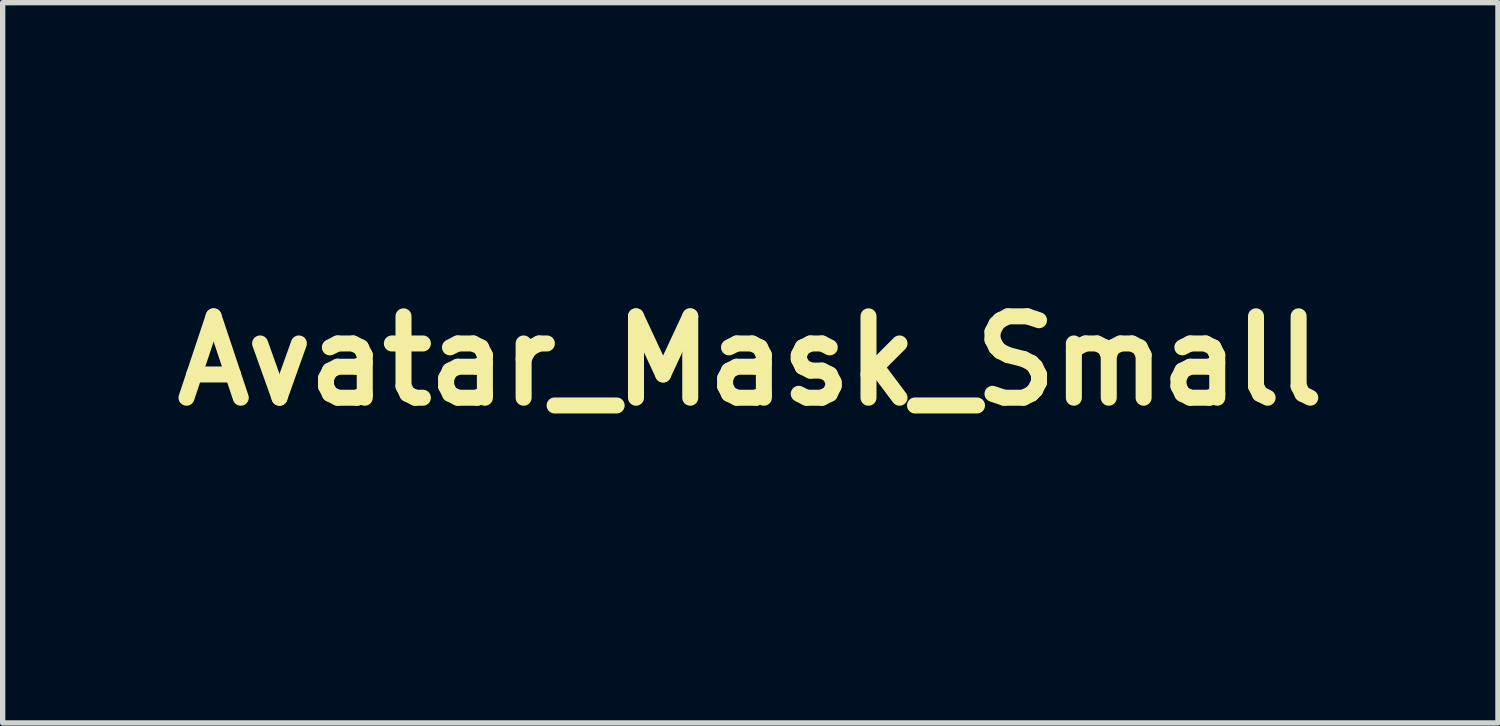
<source format=kicad_pcb>
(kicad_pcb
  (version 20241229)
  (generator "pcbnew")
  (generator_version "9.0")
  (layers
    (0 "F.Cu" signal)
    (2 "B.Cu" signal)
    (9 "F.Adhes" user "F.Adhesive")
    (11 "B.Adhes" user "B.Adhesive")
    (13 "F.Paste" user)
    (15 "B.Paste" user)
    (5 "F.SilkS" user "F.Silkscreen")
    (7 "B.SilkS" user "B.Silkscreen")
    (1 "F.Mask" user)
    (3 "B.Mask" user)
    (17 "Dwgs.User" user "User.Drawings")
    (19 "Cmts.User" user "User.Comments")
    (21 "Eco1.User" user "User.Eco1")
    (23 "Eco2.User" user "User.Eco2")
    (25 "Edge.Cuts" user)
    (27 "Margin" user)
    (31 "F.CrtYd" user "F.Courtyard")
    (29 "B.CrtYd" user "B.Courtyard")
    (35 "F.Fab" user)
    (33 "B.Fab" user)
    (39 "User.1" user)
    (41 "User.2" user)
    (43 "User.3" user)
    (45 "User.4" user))
  (footprint "Avatar_Mask_Small"
    (layer "F.Cu")
    (at 11.002 3.709)
    (property "Reference" "Avatar_Mask_Small" (at 0 0 0) (layer "F.SilkS") (effects (font (size 1.524 1.524) (thickness 0.3))))
    (attr through_hole)
    (fp_poly (pts (xy 2.081 0.767) (xy 2.073 0.776) (xy 2.064 0.767) (xy 2.073 0.758) (xy 2.081 0.767)) (stroke (width 0.01) (type solid)) (fill yes) (layer "F.Mask"))
    (fp_poly (pts (xy 1.239 1.416) (xy 1.256 1.437) (xy 1.261 1.464) (xy 1.252 1.499) (xy 1.232 1.514) (xy 1.212 1.502) (xy 1.206 1.492) (xy 1.202 1.455) (xy 1.214 1.424) (xy 1.236 1.415) (xy 1.239 1.416)) (stroke (width 0.01) (type solid)) (fill yes) (layer "F.Mask"))
    (fp_poly (pts (xy -1.742 1.249) (xy -1.734 1.263) (xy -1.738 1.293) (xy -1.762 1.315) (xy -1.795 1.323) (xy -1.823 1.31) (xy -1.825 1.307) (xy -1.821 1.284) (xy -1.8 1.256) (xy -1.772 1.237) (xy -1.762 1.235) (xy -1.742 1.249)) (stroke (width 0.01) (type solid)) (fill yes) (layer "F.Mask"))
    (fp_poly (pts (xy 1.48 1.407) (xy 1.499 1.437) (xy 1.509 1.476) (xy 1.506 1.508) (xy 1.483 1.531) (xy 1.453 1.53) (xy 1.436 1.509) (xy 1.43 1.467) (xy 1.438 1.425) (xy 1.456 1.399) (xy 1.46 1.398) (xy 1.48 1.407)) (stroke (width 0.01) (type solid)) (fill yes) (layer "F.Mask"))
    (fp_poly (pts (xy -1.361 1.32) (xy -1.359 1.355) (xy -1.368 1.399) (xy -1.387 1.438) (xy -1.419 1.473) (xy -1.446 1.479) (xy -1.462 1.458) (xy -1.464 1.44) (xy -1.454 1.401) (xy -1.431 1.358) (xy -1.402 1.321) (xy -1.376 1.305) (xy -1.375 1.305) (xy -1.361 1.32)) (stroke (width 0.01) (type solid)) (fill yes) (layer "F.Mask"))
    (fp_poly (pts (xy 0.758 0.556) (xy 0.752 0.577) (xy 0.728 0.594) (xy 0.728 0.594) (xy 0.689 0.615) (xy 0.666 0.632) (xy 0.642 0.648) (xy 0.635 0.647) (xy 0.647 0.627) (xy 0.676 0.596) (xy 0.71 0.566) (xy 0.736 0.548) (xy 0.742 0.547) (xy 0.758 0.556)) (stroke (width 0.01) (type solid)) (fill yes) (layer "F.Mask"))
    (fp_poly (pts (xy 1.7 1.423) (xy 1.735 1.446) (xy 1.77 1.48) (xy 1.797 1.515) (xy 1.805 1.543) (xy 1.805 1.546) (xy 1.784 1.568) (xy 1.755 1.562) (xy 1.728 1.53) (xy 1.724 1.521) (xy 1.7 1.479) (xy 1.678 1.453) (xy 1.662 1.434) (xy 1.675 1.421) (xy 1.7 1.423)) (stroke (width 0.01) (type solid)) (fill yes) (layer "F.Mask"))
    (fp_poly (pts (xy -1.535 1.284) (xy -1.535 1.287) (xy -1.544 1.313) (xy -1.568 1.355) (xy -1.6 1.403) (xy -1.633 1.446) (xy -1.66 1.475) (xy -1.671 1.481) (xy -1.687 1.466) (xy -1.693 1.423) (xy -1.693 1.421) (xy -1.687 1.376) (xy -1.662 1.338) (xy -1.629 1.307) (xy -1.579 1.273) (xy -1.547 1.265) (xy -1.535 1.284)) (stroke (width 0.01) (type solid)) (fill yes) (layer "F.Mask"))
    (fp_poly (pts (xy -0.069 1.583) (xy -0.051 1.611) (xy -0.049 1.615) (xy -0.037 1.651) (xy -0.047 1.675) (xy -0.061 1.686) (xy -0.11 1.707) (xy -0.163 1.709) (xy -0.205 1.692) (xy -0.211 1.685) (xy -0.226 1.648) (xy -0.226 1.619) (xy -0.217 1.593) (xy -0.191 1.579) (xy -0.146 1.573) (xy -0.096 1.572) (xy -0.069 1.583)) (stroke (width 0.01) (type solid)) (fill yes) (layer "F.Mask"))
    (fp_poly (pts (xy -0.648 2.078) (xy -0.606 2.098) (xy -0.565 2.123) (xy -0.468 2.174) (xy -0.352 2.21) (xy -0.223 2.23) (xy -0.089 2.236) (xy 0.041 2.226) (xy 0.16 2.202) (xy 0.261 2.162) (xy 0.321 2.122) (xy 0.354 2.104) (xy 0.374 2.103) (xy 0.376 2.115) (xy 0.352 2.137) (xy 0.309 2.165) (xy 0.253 2.195) (xy 0.191 2.223) (xy 0.143 2.241) (xy 0.064 2.259) (xy -0.038 2.27) (xy -0.149 2.274) (xy -0.258 2.269) (xy -0.345 2.257) (xy -0.407 2.24) (xy -0.481 2.212) (xy -0.554 2.178) (xy -0.617 2.144) (xy -0.657 2.115) (xy -0.657 2.114) (xy -0.678 2.086) (xy -0.674 2.074) (xy -0.648 2.078)) (stroke (width 0.01) (type solid)) (fill yes) (layer "F.Mask"))
    (fp_poly (pts (xy 1.17 0.459) (xy 1.244 0.465) (xy 1.3 0.474) (xy 1.313 0.478) (xy 1.441 0.53) (xy 1.544 0.574) (xy 1.618 0.61) (xy 1.663 0.637) (xy 1.676 0.652) (xy 1.662 0.668) (xy 1.632 0.668) (xy 1.6 0.655) (xy 1.587 0.644) (xy 1.559 0.621) (xy 1.545 0.617) (xy 1.517 0.61) (xy 1.472 0.592) (xy 1.448 0.581) (xy 1.394 0.56) (xy 1.352 0.555) (xy 1.343 0.557) (xy 1.303 0.565) (xy 1.251 0.565) (xy 1.203 0.558) (xy 1.175 0.547) (xy 1.149 0.542) (xy 1.113 0.554) (xy 1.084 0.575) (xy 1.076 0.592) (xy 1.091 0.613) (xy 1.13 0.638) (xy 1.182 0.664) (xy 1.237 0.686) (xy 1.285 0.7) (xy 1.309 0.701) (xy 1.342 0.707) (xy 1.355 0.738) (xy 1.355 0.738) (xy 1.345 0.779) (xy 1.312 0.826) (xy 1.262 0.873) (xy 1.203 0.912) (xy 1.153 0.933) (xy 1.071 0.949) (xy 1.002 0.943) (xy 0.926 0.913) (xy 0.922 0.911) (xy 0.851 0.861) (xy 0.795 0.797) (xy 0.759 0.726) (xy 0.746 0.656) (xy 0.76 0.596) (xy 0.79 0.553) (xy 0.829 0.511) (xy 0.867 0.482) (xy 0.887 0.475) (xy 0.92 0.47) (xy 0.953 0.465) (xy 1.012 0.458) (xy 1.088 0.457) (xy 1.17 0.459)) (stroke (width 0.01) (type solid)) (fill yes) (layer "F.Mask"))
    (fp_poly (pts (xy -1.36 0.394) (xy -1.32 0.396) (xy -1.227 0.403) (xy -1.158 0.412) (xy -1.102 0.427) (xy -1.048 0.448) (xy -1.025 0.459) (xy -0.971 0.488) (xy -0.932 0.513) (xy -0.917 0.529) (xy -0.917 0.529) (xy -0.903 0.545) (xy -0.893 0.547) (xy -0.861 0.559) (xy -0.839 0.587) (xy -0.837 0.616) (xy -0.838 0.618) (xy -0.858 0.625) (xy -0.888 0.605) (xy -0.94 0.567) (xy -1.011 0.525) (xy -1.067 0.496) (xy -1.121 0.479) (xy -1.182 0.474) (xy -1.239 0.482) (xy -1.284 0.499) (xy -1.305 0.525) (xy -1.305 0.531) (xy -1.29 0.557) (xy -1.249 0.583) (xy -1.196 0.605) (xy -1.139 0.619) (xy -1.09 0.622) (xy -1.063 0.614) (xy -1.035 0.603) (xy -1.019 0.621) (xy -1.017 0.664) (xy -1.022 0.694) (xy -1.045 0.756) (xy -1.077 0.803) (xy -1.112 0.828) (xy -1.122 0.829) (xy -1.148 0.843) (xy -1.164 0.864) (xy -1.179 0.883) (xy -1.205 0.894) (xy -1.25 0.898) (xy -1.301 0.898) (xy -1.404 0.888) (xy -1.482 0.864) (xy -1.484 0.863) (xy -1.543 0.818) (xy -1.598 0.742) (xy -1.605 0.73) (xy -1.638 0.663) (xy -1.651 0.611) (xy -1.645 0.562) (xy -1.632 0.525) (xy -1.631 0.5) (xy -1.658 0.495) (xy -1.711 0.512) (xy -1.788 0.547) (xy -1.857 0.578) (xy -1.901 0.588) (xy -1.921 0.578) (xy -1.923 0.568) (xy -1.908 0.548) (xy -1.864 0.522) (xy -1.789 0.489) (xy -1.681 0.448) (xy -1.676 0.446) (xy -1.6 0.419) (xy -1.542 0.402) (xy -1.491 0.393) (xy -1.434 0.391) (xy -1.36 0.394)) (stroke (width 0.01) (type solid)) (fill yes) (layer "F.Mask"))
    (fp_poly (pts (xy 0.385 -3.701) (xy 0.553 -3.689) (xy 0.707 -3.667) (xy 0.854 -3.634) (xy 1.003 -3.586) (xy 1.162 -3.522) (xy 1.34 -3.44) (xy 1.389 -3.416) (xy 1.453 -3.384) (xy 1.502 -3.356) (xy 1.531 -3.337) (xy 1.535 -3.332) (xy 1.549 -3.319) (xy 1.574 -3.309) (xy 1.607 -3.291) (xy 1.659 -3.252) (xy 1.725 -3.196) (xy 1.799 -3.128) (xy 1.878 -3.053) (xy 1.955 -2.975) (xy 2.027 -2.9) (xy 2.088 -2.832) (xy 2.123 -2.788) (xy 2.16 -2.737) (xy 2.204 -2.675) (xy 2.25 -2.607) (xy 2.293 -2.542) (xy 2.33 -2.485) (xy 2.355 -2.444) (xy 2.364 -2.425) (xy 2.371 -2.407) (xy 2.39 -2.364) (xy 2.418 -2.302) (xy 2.444 -2.245) (xy 2.487 -2.155) (xy 2.517 -2.089) (xy 2.537 -2.041) (xy 2.551 -2.002) (xy 2.56 -1.966) (xy 2.569 -1.924) (xy 2.576 -1.882) (xy 2.595 -1.8) (xy 2.618 -1.752) (xy 2.629 -1.742) (xy 2.65 -1.716) (xy 2.651 -1.699) (xy 2.653 -1.666) (xy 2.662 -1.651) (xy 2.673 -1.616) (xy 2.67 -1.597) (xy 2.671 -1.564) (xy 2.681 -1.552) (xy 2.7 -1.525) (xy 2.71 -1.488) (xy 2.719 -1.412) (xy 2.73 -1.325) (xy 2.743 -1.234) (xy 2.756 -1.146) (xy 2.768 -1.069) (xy 2.779 -1.01) (xy 2.786 -0.975) (xy 2.788 -0.97) (xy 2.791 -0.949) (xy 2.795 -0.904) (xy 2.798 -0.855) (xy 2.803 -0.786) (xy 2.809 -0.72) (xy 2.813 -0.688) (xy 2.82 -0.628) (xy 2.827 -0.561) (xy 2.835 -0.481) (xy 2.844 -0.383) (xy 2.854 -0.261) (xy 2.865 -0.123) (xy 2.881 0.073) (xy 2.894 0.241) (xy 2.905 0.388) (xy 2.914 0.519) (xy 2.92 0.641) (xy 2.926 0.761) (xy 2.93 0.886) (xy 2.934 1.022) (xy 2.938 1.176) (xy 2.939 1.21) (xy 2.942 1.361) (xy 2.944 1.481) (xy 2.945 1.573) (xy 2.945 1.642) (xy 2.943 1.692) (xy 2.94 1.726) (xy 2.934 1.748) (xy 2.927 1.763) (xy 2.918 1.774) (xy 2.917 1.775) (xy 2.897 1.81) (xy 2.88 1.872) (xy 2.866 1.963) (xy 2.856 2.083) (xy 2.849 2.233) (xy 2.844 2.414) (xy 2.843 2.628) (xy 2.845 2.875) (xy 2.848 3.054) (xy 2.861 3.775) (xy 2.712 3.775) (xy 2.72 3.524) (xy 2.722 3.423) (xy 2.722 3.355) (xy 2.72 3.321) (xy 2.714 3.318) (xy 2.711 3.325) (xy 2.695 3.368) (xy 2.68 3.395) (xy 2.67 3.421) (xy 2.658 3.47) (xy 2.646 3.528) (xy 2.633 3.6) (xy 2.618 3.669) (xy 2.609 3.709) (xy 2.592 3.775) (xy 1.459 3.773) (xy 1.225 3.773) (xy 1.024 3.772) (xy 0.854 3.771) (xy 0.715 3.77) (xy 0.603 3.768) (xy 0.517 3.766) (xy 0.455 3.764) (xy 0.414 3.761) (xy 0.395 3.757) (xy 0.393 3.753) (xy 0.4 3.751) (xy 0.448 3.736) (xy 0.48 3.722) (xy 0.485 3.719) (xy 0.491 3.691) (xy 0.469 3.645) (xy 0.419 3.581) (xy 0.387 3.546) (xy 0.339 3.492) (xy 0.298 3.441) (xy 0.273 3.403) (xy 0.273 3.403) (xy 0.251 3.349) (xy 0.233 3.288) (xy 0.223 3.231) (xy 0.223 3.19) (xy 0.226 3.182) (xy 0.245 3.167) (xy 0.29 3.139) (xy 0.355 3.102) (xy 0.433 3.06) (xy 0.467 3.042) (xy 0.56 2.994) (xy 0.652 2.945) (xy 0.732 2.901) (xy 0.793 2.867) (xy 0.803 2.862) (xy 0.891 2.806) (xy 0.996 2.731) (xy 1.109 2.643) (xy 1.224 2.549) (xy 1.331 2.456) (xy 1.419 2.372) (xy 1.474 2.316) (xy 1.535 2.247) (xy 1.599 2.173) (xy 1.662 2.096) (xy 1.72 2.022) (xy 1.77 1.957) (xy 1.807 1.904) (xy 1.827 1.87) (xy 1.829 1.858) (xy 1.81 1.861) (xy 1.771 1.879) (xy 1.735 1.899) (xy 1.684 1.927) (xy 1.644 1.946) (xy 1.629 1.951) (xy 1.598 1.959) (xy 1.553 1.972) (xy 1.548 1.974) (xy 1.459 1.995) (xy 1.349 2.007) (xy 1.227 2.012) (xy 1.105 2.009) (xy 0.994 1.997) (xy 0.904 1.978) (xy 0.891 1.974) (xy 0.705 1.891) (xy 0.543 1.785) (xy 0.404 1.657) (xy 0.293 1.51) (xy 0.211 1.347) (xy 0.168 1.209) (xy 0.154 1.139) (xy 0.144 1.073) (xy 0.141 1.032) (xy 0.125 0.975) (xy 0.081 0.927) (xy 0.015 0.893) (xy -0.041 0.879) (xy 0.203 0.879) (xy 0.204 0.996) (xy 0.21 1.03) (xy 0.224 1.1) (xy 0.239 1.183) (xy 0.246 1.229) (xy 0.265 1.318) (xy 0.296 1.398) (xy 0.344 1.48) (xy 0.415 1.574) (xy 0.418 1.578) (xy 0.542 1.704) (xy 0.688 1.806) (xy 0.851 1.882) (xy 1.024 1.931) (xy 1.203 1.952) (xy 1.382 1.941) (xy 1.543 1.903) (xy 1.619 1.872) (xy 1.706 1.829) (xy 1.787 1.781) (xy 1.799 1.773) (xy 1.892 1.702) (xy 1.965 1.623) (xy 2.023 1.528) (xy 2.072 1.41) (xy 2.089 1.358) (xy 2.118 1.278) (xy 2.145 1.228) (xy 2.17 1.205) (xy 2.204 1.183) (xy 2.225 1.154) (xy 2.236 1.109) (xy 2.24 1.041) (xy 2.24 1.014) (xy 2.24 0.891) (xy 2.197 0.944) (xy 2.153 0.997) (xy 2.153 0.95) (xy 2.158 0.905) (xy 2.173 0.847) (xy 2.177 0.833) (xy 2.288 0.833) (xy 2.292 0.877) (xy 2.298 0.938) (xy 2.296 1.01) (xy 2.293 1.038) (xy 2.288 1.092) (xy 2.289 1.129) (xy 2.291 1.139) (xy 2.309 1.134) (xy 2.339 1.102) (xy 2.38 1.045) (xy 2.427 0.967) (xy 2.479 0.872) (xy 2.492 0.847) (xy 2.534 0.762) (xy 2.572 0.677) (xy 2.602 0.604) (xy 2.617 0.562) (xy 2.633 0.479) (xy 2.643 0.375) (xy 2.646 0.262) (xy 2.642 0.151) (xy 2.631 0.055) (xy 2.62 0.007) (xy 2.599 -0.045) (xy 2.57 -0.094) (xy 2.539 -0.134) (xy 2.512 -0.157) (xy 2.497 -0.156) (xy 2.492 -0.137) (xy 2.485 -0.089) (xy 2.477 -0.02) (xy 2.469 0.062) (xy 2.469 0.063) (xy 2.451 0.211) (xy 2.425 0.362) (xy 2.392 0.504) (xy 2.355 0.628) (xy 2.321 0.715) (xy 2.296 0.781) (xy 2.288 0.833) (xy 2.177 0.833) (xy 2.179 0.827) (xy 2.194 0.767) (xy 2.196 0.715) (xy 2.186 0.68) (xy 2.17 0.67) (xy 2.153 0.685) (xy 2.143 0.706) (xy 2.125 0.731) (xy 2.101 0.741) (xy 2.083 0.732) (xy 2.081 0.722) (xy 2.071 0.712) (xy 2.064 0.714) (xy 2.052 0.719) (xy 2.047 0.709) (xy 2.05 0.679) (xy 2.06 0.623) (xy 2.066 0.595) (xy 2.075 0.532) (xy 2.078 0.477) (xy 2.075 0.453) (xy 2.054 0.413) (xy 2.01 0.359) (xy 1.951 0.298) (xy 1.882 0.237) (xy 1.812 0.181) (xy 1.746 0.137) (xy 1.738 0.132) (xy 1.562 0.054) (xy 1.38 0.009) (xy 1.197 -0.004) (xy 1.015 0.017) (xy 0.838 0.069) (xy 0.672 0.154) (xy 0.638 0.177) (xy 0.566 0.231) (xy 0.496 0.292) (xy 0.439 0.348) (xy 0.428 0.361) (xy 0.342 0.484) (xy 0.275 0.616) (xy 0.228 0.75) (xy 0.203 0.879) (xy -0.041 0.879) (xy -0.065 0.873) (xy -0.153 0.871) (xy -0.215 0.883) (xy -0.293 0.912) (xy -0.338 0.952) (xy -0.353 1.001) (xy -0.36 1.064) (xy -0.379 1.148) (xy -0.408 1.241) (xy -0.442 1.332) (xy -0.46 1.374) (xy -0.504 1.452) (xy -0.565 1.531) (xy -0.649 1.619) (xy -0.651 1.621) (xy -0.773 1.729) (xy -0.895 1.81) (xy -1.029 1.873) (xy -1.126 1.905) (xy -1.188 1.923) (xy -1.244 1.933) (xy -1.306 1.938) (xy -1.382 1.939) (xy -1.47 1.936) (xy -1.568 1.932) (xy -1.642 1.925) (xy -1.702 1.914) (xy -1.761 1.897) (xy -1.828 1.872) (xy -1.924 1.828) (xy -2.023 1.77) (xy -2.115 1.707) (xy -2.191 1.643) (xy -2.237 1.593) (xy -2.265 1.56) (xy -2.276 1.553) (xy -2.273 1.57) (xy -2.258 1.607) (xy -2.23 1.659) (xy -2.193 1.723) (xy -2.175 1.753) (xy -2.044 1.953) (xy -1.917 2.127) (xy -1.789 2.283) (xy -1.651 2.428) (xy -1.499 2.57) (xy -1.429 2.631) (xy -1.355 2.688) (xy -1.257 2.757) (xy -1.143 2.832) (xy -1.018 2.909) (xy -0.892 2.984) (xy -0.771 3.051) (xy -0.727 3.074) (xy -0.656 3.116) (xy -0.616 3.152) (xy -0.605 3.173) (xy -0.603 3.239) (xy -0.621 3.32) (xy -0.655 3.407) (xy -0.702 3.49) (xy -0.756 3.558) (xy -0.783 3.582) (xy -0.815 3.613) (xy -0.829 3.64) (xy -0.829 3.641) (xy -0.841 3.669) (xy -0.865 3.696) (xy -0.888 3.727) (xy -0.892 3.752) (xy -0.895 3.757) (xy -0.912 3.761) (xy -0.944 3.765) (xy -0.993 3.768) (xy -1.064 3.77) (xy -1.157 3.772) (xy -1.276 3.773) (xy -1.422 3.774) (xy -1.6 3.775) (xy -1.789 3.775) (xy -2.695 3.775) (xy -2.715 3.719) (xy -2.728 3.661) (xy -2.734 3.6) (xy -2.739 3.543) (xy -2.752 3.474) (xy -2.77 3.406) (xy -2.789 3.352) (xy -2.803 3.326) (xy -2.815 3.299) (xy -2.827 3.246) (xy -2.838 3.18) (xy -2.84 3.168) (xy -2.852 3.085) (xy -2.868 2.998) (xy -2.882 2.932) (xy -2.896 2.87) (xy -2.913 2.786) (xy -2.929 2.694) (xy -2.937 2.646) (xy -2.95 2.569) (xy -2.963 2.503) (xy -2.974 2.458) (xy -2.98 2.444) (xy -2.988 2.419) (xy -2.997 2.368) (xy -3.007 2.298) (xy -3.015 2.231) (xy -3.024 2.145) (xy -3.033 2.066) (xy -3.041 2.004) (xy -3.046 1.976) (xy -3.056 1.914) (xy -3.071 1.965) (xy -3.076 2.001) (xy -3.08 2.067) (xy -3.083 2.156) (xy -3.085 2.263) (xy -3.085 2.382) (xy -3.085 2.507) (xy -3.084 2.631) (xy -3.082 2.75) (xy -3.08 2.858) (xy -3.076 2.948) (xy -3.071 3.015) (xy -3.067 3.045) (xy -3.041 3.15) (xy -2.999 3.256) (xy -2.937 3.372) (xy -2.915 3.408) (xy -2.877 3.479) (xy -2.864 3.527) (xy -2.865 3.54) (xy -2.876 3.561) (xy -2.89 3.554) (xy -2.904 3.537) (xy -2.95 3.464) (xy -2.996 3.37) (xy -3.038 3.268) (xy -3.069 3.172) (xy -3.077 3.137) (xy -3.099 3.027) (xy -3.117 2.932) (xy -3.131 2.848) (xy -3.142 2.769) (xy -3.15 2.69) (xy -3.156 2.604) (xy -3.159 2.506) (xy -3.162 2.391) (xy -3.163 2.254) (xy -3.163 2.088) (xy -3.163 2.037) (xy -3.164 1.867) (xy -3.163 1.726) (xy -3.162 1.609) (xy -3.16 1.51) (xy -3.156 1.424) (xy -3.151 1.345) (xy -3.144 1.267) (xy -3.135 1.185) (xy -3.123 1.093) (xy -3.115 1.032) (xy -3.098 0.902) (xy -3.081 0.765) (xy -3.065 0.632) (xy -3.052 0.513) (xy -3.042 0.423) (xy -3.023 0.229) (xy -3.022 0.216) (xy -2.89 0.216) (xy -2.889 0.277) (xy -2.882 0.475) (xy -2.766 0.711) (xy -2.701 0.837) (xy -2.644 0.932) (xy -2.596 0.998) (xy -2.557 1.033) (xy -2.529 1.037) (xy -2.522 1.026) (xy -2.435 1.026) (xy -2.428 1.072) (xy -2.416 1.121) (xy -2.35 1.304) (xy -2.258 1.465) (xy -2.142 1.601) (xy -2.002 1.712) (xy -1.842 1.795) (xy -1.662 1.849) (xy -1.535 1.868) (xy -1.402 1.875) (xy -1.281 1.866) (xy -1.154 1.839) (xy -1.102 1.825) (xy -0.978 1.777) (xy -0.854 1.712) (xy -0.744 1.636) (xy -0.705 1.602) (xy -0.646 1.538) (xy -0.587 1.458) (xy -0.534 1.372) (xy -0.493 1.291) (xy -0.471 1.226) (xy -0.463 1.182) (xy -0.449 1.118) (xy -0.435 1.046) (xy -0.434 1.043) (xy -0.416 0.873) (xy -0.433 0.702) (xy -0.485 0.532) (xy -0.542 0.412) (xy -0.594 0.338) (xy -0.666 0.256) (xy -0.751 0.175) (xy -0.838 0.105) (xy -0.913 0.056) (xy -1.083 -0.015) (xy -1.261 -0.057) (xy -1.442 -0.069) (xy -1.622 -0.052) (xy -1.795 -0.006) (xy -1.956 0.067) (xy -2.101 0.167) (xy -2.145 0.208) (xy -2.253 0.313) (xy -2.265 0.478) (xy -2.271 0.599) (xy -2.267 0.692) (xy -2.254 0.76) (xy -2.239 0.795) (xy -2.231 0.826) (xy -2.242 0.836) (xy -2.266 0.823) (xy -2.282 0.803) (xy -2.304 0.759) (xy -2.326 0.7) (xy -2.332 0.68) (xy -2.347 0.633) (xy -2.362 0.604) (xy -2.367 0.6) (xy -2.378 0.617) (xy -2.38 0.666) (xy -2.374 0.745) (xy -2.36 0.852) (xy -2.354 0.894) (xy -2.34 0.989) (xy -2.335 1.055) (xy -2.339 1.094) (xy -2.352 1.11) (xy -2.359 1.111) (xy -2.375 1.097) (xy -2.395 1.062) (xy -2.396 1.058) (xy -2.418 1.016) (xy -2.431 1.006) (xy -2.435 1.026) (xy -2.522 1.026) (xy -2.511 1.009) (xy -2.505 0.948) (xy -2.505 0.946) (xy -2.51 0.878) (xy -2.522 0.813) (xy -2.53 0.789) (xy -2.555 0.721) (xy -2.584 0.628) (xy -2.612 0.522) (xy -2.639 0.411) (xy -2.655 0.339) (xy -2.674 0.255) (xy -2.694 0.177) (xy -2.258 0.177) (xy -2.258 0.233) (xy -2.155 0.139) (xy -2.008 0.027) (xy -1.842 -0.056) (xy -1.661 -0.109) (xy -1.467 -0.131) (xy -1.429 -0.131) (xy -1.23 -0.114) (xy -1.045 -0.066) (xy -0.876 0.012) (xy -0.726 0.117) (xy -0.596 0.248) (xy -0.49 0.402) (xy -0.411 0.577) (xy -0.38 0.678) (xy -0.365 0.74) (xy -0.355 0.792) (xy -0.353 0.816) (xy -0.348 0.838) (xy -0.327 0.842) (xy -0.295 0.835) (xy -0.241 0.826) (xy -0.17 0.822) (xy -0.091 0.822) (xy -0.016 0.825) (xy 0.044 0.833) (xy 0.079 0.843) (xy 0.125 0.862) (xy 0.152 0.857) (xy 0.156 0.833) (xy 0.159 0.792) (xy 0.175 0.728) (xy 0.199 0.651) (xy 0.229 0.571) (xy 0.262 0.496) (xy 0.292 0.441) (xy 0.378 0.324) (xy 0.488 0.213) (xy 0.61 0.118) (xy 0.736 0.046) (xy 0.752 0.039) (xy 0.913 -0.014) (xy 1.086 -0.046) (xy 1.262 -0.055) (xy 1.429 -0.041) (xy 1.506 -0.025) (xy 1.604 0.008) (xy 1.708 0.055) (xy 1.811 0.112) (xy 1.905 0.175) (xy 1.983 0.238) (xy 2.037 0.296) (xy 2.047 0.313) (xy 2.072 0.346) (xy 2.088 0.346) (xy 2.097 0.312) (xy 2.099 0.26) (xy 2.093 0.176) (xy 2.079 0.103) (xy 2.059 0.049) (xy 2.034 0.018) (xy 2.017 0.015) (xy 1.987 0.027) (xy 1.978 0.037) (xy 1.959 0.052) (xy 1.923 0.042) (xy 1.877 0.014) (xy 1.826 -0.028) (xy 1.774 -0.08) (xy 1.726 -0.136) (xy 1.687 -0.192) (xy 1.663 -0.243) (xy 1.658 -0.273) (xy 1.655 -0.295) (xy 1.645 -0.291) (xy 1.624 -0.265) (xy 1.598 -0.237) (xy 1.578 -0.235) (xy 1.56 -0.248) (xy 1.537 -0.264) (xy 1.535 -0.256) (xy 1.537 -0.247) (xy 1.556 -0.222) (xy 1.595 -0.189) (xy 1.621 -0.17) (xy 1.661 -0.139) (xy 1.681 -0.114) (xy 1.682 -0.105) (xy 1.658 -0.1) (xy 1.609 -0.1) (xy 1.544 -0.105) (xy 1.526 -0.107) (xy 1.307 -0.123) (xy 1.099 -0.119) (xy 0.961 -0.105) (xy 0.833 -0.088) (xy 0.736 -0.078) (xy 0.666 -0.076) (xy 0.62 -0.082) (xy 0.594 -0.097) (xy 0.584 -0.121) (xy 0.584 -0.139) (xy 0.58 -0.176) (xy 0.568 -0.212) (xy 0.554 -0.237) (xy 0.548 -0.235) (xy 0.548 -0.235) (xy 0.532 -0.202) (xy 0.5 -0.172) (xy 0.467 -0.159) (xy 0.45 -0.171) (xy 0.451 -0.182) (xy 0.447 -0.212) (xy 0.423 -0.235) (xy 0.393 -0.24) (xy 0.386 -0.237) (xy 0.376 -0.234) (xy 0.373 -0.243) (xy 0.379 -0.27) (xy 0.381 -0.276) (xy 0.678 -0.276) (xy 0.686 -0.266) (xy 0.718 -0.267) (xy 0.734 -0.269) (xy 0.788 -0.277) (xy 0.86 -0.288) (xy 0.926 -0.299) (xy 0.988 -0.31) (xy 1.009 -0.315) (xy 1.446 -0.315) (xy 1.453 -0.285) (xy 1.467 -0.272) (xy 1.479 -0.283) (xy 1.474 -0.312) (xy 1.466 -0.323) (xy 1.45 -0.331) (xy 1.446 -0.315) (xy 1.009 -0.315) (xy 1.037 -0.322) (xy 1.061 -0.331) (xy 1.062 -0.331) (xy 1.065 -0.353) (xy 1.064 -0.402) (xy 1.059 -0.472) (xy 1.051 -0.556) (xy 1.05 -0.565) (xy 1.038 -0.668) (xy 1.025 -0.792) (xy 1.01 -0.921) (xy 0.997 -1.041) (xy 0.995 -1.054) (xy 0.984 -1.146) (xy 0.974 -1.223) (xy 0.965 -1.28) (xy 0.958 -1.31) (xy 0.955 -1.314) (xy 0.949 -1.291) (xy 0.95 -1.248) (xy 0.95 -1.242) (xy 0.951 -1.192) (xy 0.947 -1.119) (xy 0.94 -1.034) (xy 0.931 -0.945) (xy 0.92 -0.861) (xy 0.909 -0.793) (xy 0.899 -0.747) (xy 0.896 -0.741) (xy 0.887 -0.718) (xy 0.877 -0.696) (xy 0.865 -0.668) (xy 0.848 -0.625) (xy 0.822 -0.561) (xy 0.801 -0.512) (xy 0.773 -0.446) (xy 0.745 -0.388) (xy 0.724 -0.353) (xy 0.69 -0.303) (xy 0.678 -0.276) (xy 0.381 -0.276) (xy 0.394 -0.318) (xy 0.42 -0.39) (xy 0.451 -0.476) (xy 0.465 -0.523) (xy 0.477 -0.576) (xy 0.485 -0.626) (xy 0.489 -0.664) (xy 0.486 -0.681) (xy 0.481 -0.679) (xy 0.47 -0.656) (xy 0.451 -0.607) (xy 0.427 -0.54) (xy 0.408 -0.485) (xy 0.379 -0.405) (xy 0.348 -0.333) (xy 0.32 -0.278) (xy 0.305 -0.257) (xy 0.275 -0.225) (xy 0.257 -0.217) (xy 0.241 -0.231) (xy 0.237 -0.236) (xy 0.22 -0.255) (xy 0.201 -0.255) (xy 0.169 -0.234) (xy 0.161 -0.228) (xy 0.109 -0.199) (xy 0.075 -0.201) (xy 0.057 -0.234) (xy 0.057 -0.291) (xy 0.059 -0.342) (xy 0.054 -0.367) (xy 0.044 -0.365) (xy 0.032 -0.332) (xy 0.03 -0.322) (xy 0.008 -0.279) (xy -0.038 -0.251) (xy -0.079 -0.238) (xy -0.103 -0.243) (xy -0.121 -0.263) (xy -0.144 -0.287) (xy -0.171 -0.282) (xy -0.179 -0.277) (xy -0.215 -0.27) (xy -0.243 -0.292) (xy -0.258 -0.334) (xy -0.257 -0.379) (xy -0.246 -0.452) (xy -0.236 -0.553) (xy -0.226 -0.675) (xy -0.217 -0.809) (xy -0.209 -0.949) (xy -0.205 -1.058) (xy -0.196 -1.332) (xy -0.226 -1.191) (xy -0.246 -1.108) (xy -0.27 -1.023) (xy -0.292 -0.955) (xy -0.293 -0.953) (xy -0.319 -0.883) (xy -0.348 -0.799) (xy -0.37 -0.732) (xy -0.4 -0.657) (xy -0.442 -0.571) (xy -0.49 -0.489) (xy -0.5 -0.474) (xy -0.544 -0.41) (xy -0.576 -0.369) (xy -0.603 -0.346) (xy -0.633 -0.334) (xy -0.668 -0.328) (xy -0.737 -0.321) (xy -0.798 -0.318) (xy -0.844 -0.32) (xy -0.864 -0.326) (xy -0.864 -0.327) (xy -0.856 -0.347) (xy -0.835 -0.38) (xy -0.814 -0.418) (xy -0.815 -0.431) (xy -0.832 -0.421) (xy -0.865 -0.389) (xy -0.882 -0.368) (xy -0.94 -0.295) (xy -0.903 -0.267) (xy -0.871 -0.227) (xy -0.855 -0.191) (xy -0.852 -0.155) (xy -0.871 -0.131) (xy -0.896 -0.117) (xy -0.934 -0.101) (xy -0.957 -0.099) (xy -0.958 -0.1) (xy -0.979 -0.107) (xy -1.026 -0.119) (xy -1.09 -0.133) (xy -1.162 -0.147) (xy -1.234 -0.16) (xy -1.287 -0.168) (xy -1.334 -0.174) (xy -1.403 -0.183) (xy -1.479 -0.194) (xy -1.488 -0.195) (xy -1.598 -0.204) (xy -1.698 -0.202) (xy -1.781 -0.189) (xy -1.844 -0.167) (xy -1.88 -0.136) (xy -1.887 -0.111) (xy -1.897 -0.094) (xy -1.931 -0.095) (xy -1.936 -0.096) (xy -1.972 -0.098) (xy -2.005 -0.082) (xy -2.046 -0.045) (xy -2.086 -0.008) (xy -2.119 0.014) (xy -2.13 0.018) (xy -2.168 0.033) (xy -2.207 0.07) (xy -2.24 0.118) (xy -2.257 0.167) (xy -2.258 0.177) (xy -2.694 0.177) (xy -2.696 0.168) (xy -2.715 0.105) (xy -2.736 0.029) (xy -2.753 -0.059) (xy -2.762 -0.123) (xy -2.769 -0.184) (xy -2.778 -0.228) (xy -2.787 -0.247) (xy -2.787 -0.247) (xy -2.806 -0.231) (xy -2.828 -0.189) (xy -2.85 -0.129) (xy -2.87 -0.06) (xy -2.877 -0.023) (xy -2.885 0.039) (xy -2.889 0.123) (xy -2.89 0.216) (xy -3.022 0.216) (xy -3.007 0.066) (xy -2.992 -0.07) (xy -2.98 -0.182) (xy -2.97 -0.274) (xy -2.964 -0.319) (xy -1.019 -0.319) (xy -1.016 -0.318) (xy -1 -0.33) (xy -0.997 -0.335) (xy -0.992 -0.352) (xy -0.995 -0.353) (xy -1.011 -0.34) (xy -1.014 -0.335) (xy -1.019 -0.319) (xy -2.964 -0.319) (xy -2.961 -0.342) (xy -1.81 -0.342) (xy -1.791 -0.329) (xy -1.764 -0.339) (xy -1.742 -0.361) (xy -1.749 -0.383) (xy -1.778 -0.404) (xy -1.8 -0.391) (xy -1.806 -0.378) (xy -1.81 -0.342) (xy -2.961 -0.342) (xy -2.96 -0.349) (xy -2.952 -0.406) (xy -1.543 -0.406) (xy -1.543 -0.389) (xy -1.537 -0.388) (xy -1.514 -0.4) (xy -1.264 -0.4) (xy -1.262 -0.389) (xy -1.252 -0.388) (xy -1.238 -0.395) (xy -1.241 -0.4) (xy -1.262 -0.402) (xy -1.264 -0.4) (xy -1.514 -0.4) (xy -1.512 -0.401) (xy -1.508 -0.406) (xy -1.509 -0.422) (xy -1.515 -0.423) (xy -1.54 -0.41) (xy -1.543 -0.406) (xy -2.952 -0.406) (xy -2.951 -0.412) (xy -2.943 -0.466) (xy -2.938 -0.494) (xy -2.923 -0.581) (xy -2.923 -0.582) (xy -0.741 -0.582) (xy -0.734 -0.568) (xy -0.729 -0.57) (xy -0.727 -0.591) (xy -0.729 -0.594) (xy -0.74 -0.591) (xy -0.741 -0.582) (xy -2.923 -0.582) (xy -2.906 -0.685) (xy -2.89 -0.789) (xy -2.884 -0.829) (xy -2.819 -1.169) (xy -2.724 -1.503) (xy -2.617 -1.788) (xy -2.59 -1.854) (xy -2.569 -1.91) (xy -2.558 -1.947) (xy -2.558 -1.953) (xy -2.545 -1.985) (xy -2.527 -2.003) (xy -2.507 -2.025) (xy -2.517 -2.049) (xy -2.52 -2.052) (xy -2.534 -2.08) (xy -2.53 -2.119) (xy -2.523 -2.142) (xy -2.505 -2.183) (xy -2.489 -2.204) (xy -2.486 -2.205) (xy -2.47 -2.22) (xy -2.459 -2.249) (xy -2.443 -2.288) (xy -2.428 -2.307) (xy -2.405 -2.329) (xy -2.374 -2.37) (xy -2.343 -2.416) (xy -2.32 -2.457) (xy -2.311 -2.48) (xy -2.299 -2.499) (xy -2.268 -2.538) (xy -2.223 -2.589) (xy -2.186 -2.628) (xy -2.126 -2.696) (xy -2.07 -2.767) (xy -2.027 -2.831) (xy -2.014 -2.856) (xy -1.978 -2.916) (xy -1.926 -2.986) (xy -1.869 -3.052) (xy -1.861 -3.061) (xy -1.762 -3.153) (xy -1.658 -3.224) (xy -1.536 -3.283) (xy -1.497 -3.299) (xy -1.426 -3.329) (xy -1.346 -3.365) (xy -1.302 -3.388) (xy -1.245 -3.415) (xy -1.198 -3.434) (xy -1.173 -3.44) (xy -1.143 -3.447) (xy -1.094 -3.467) (xy -1.053 -3.486) (xy -0.853 -3.572) (xy -0.634 -3.639) (xy -0.408 -3.683) (xy -0.256 -3.698) (xy -0.197 -3.7) (xy -0.112 -3.702) (xy -0.008 -3.703) (xy 0.105 -3.704) (xy 0.194 -3.704) (xy 0.385 -3.701)) (stroke (width 0.01) (type solid)) (fill yes) (layer "F.Mask")))
  (gr_rect
    (start -3 -3)
    (end 25.004 10.489)
    (stroke (width 0.1) (type default))
    (fill no)
    (layer "Edge.Cuts")))
</source>
